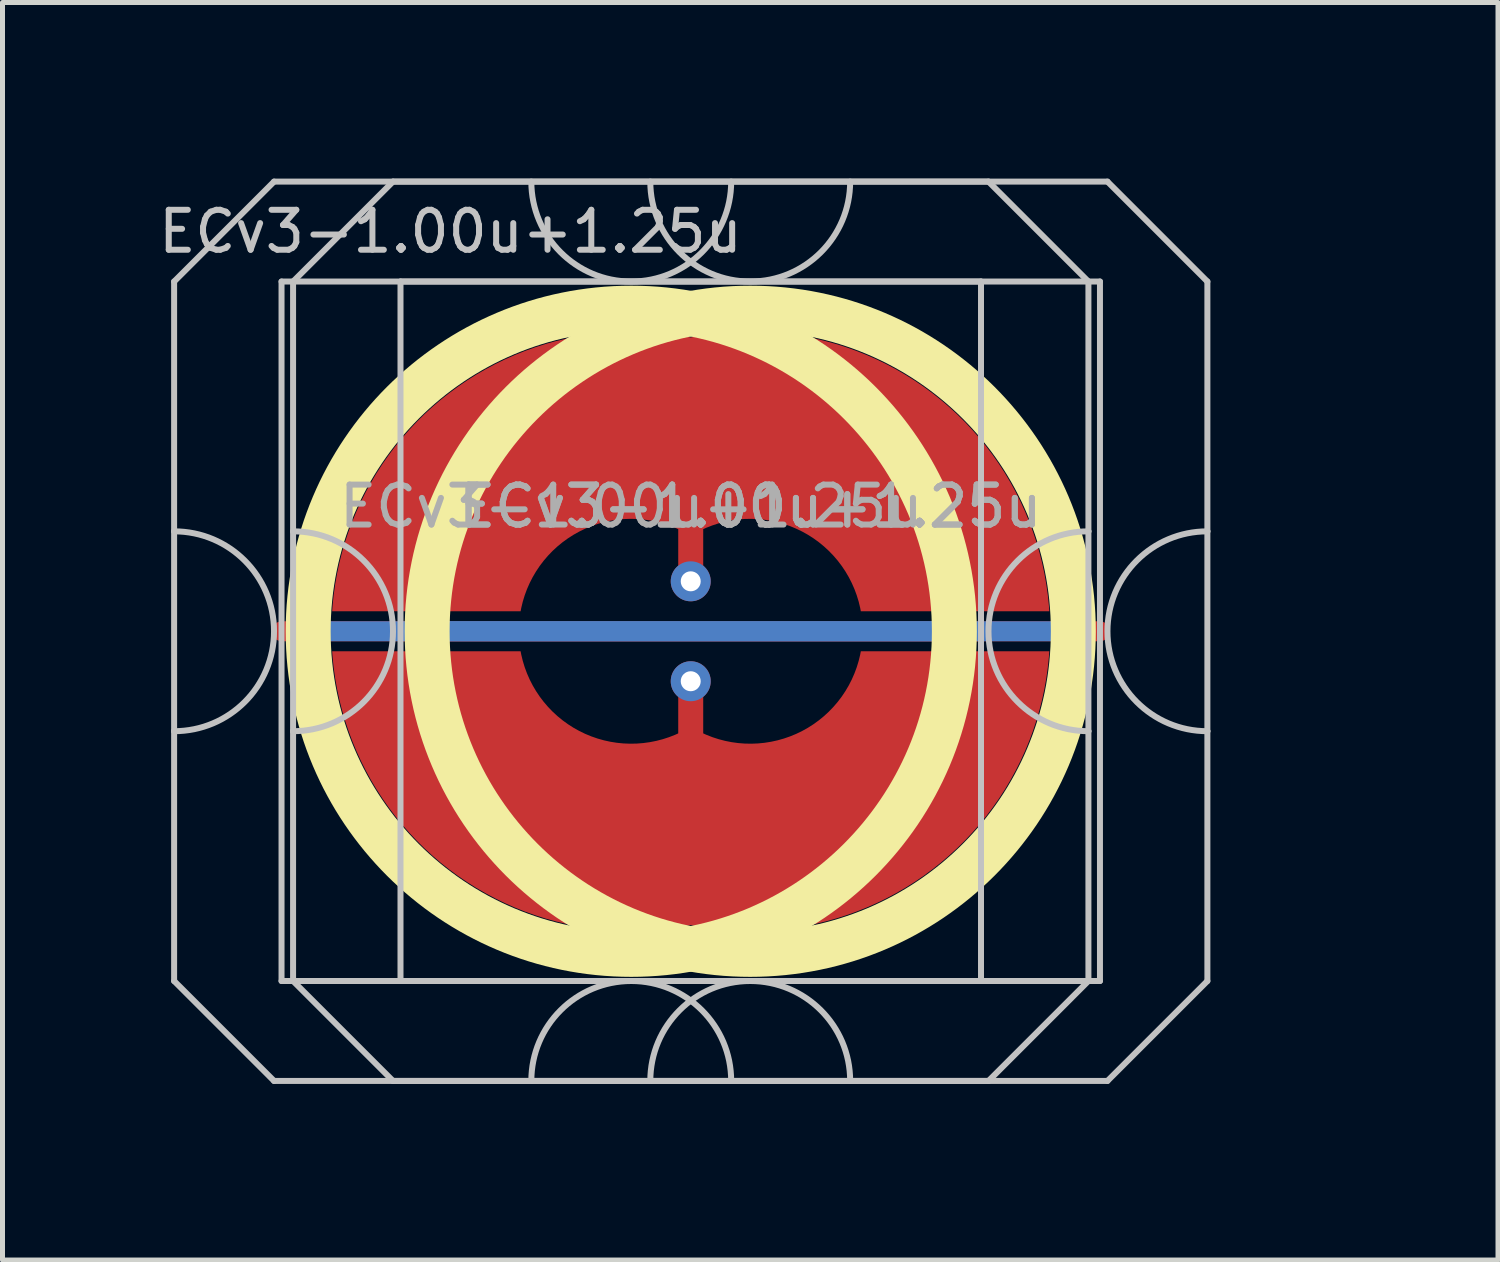
<source format=kicad_pcb>
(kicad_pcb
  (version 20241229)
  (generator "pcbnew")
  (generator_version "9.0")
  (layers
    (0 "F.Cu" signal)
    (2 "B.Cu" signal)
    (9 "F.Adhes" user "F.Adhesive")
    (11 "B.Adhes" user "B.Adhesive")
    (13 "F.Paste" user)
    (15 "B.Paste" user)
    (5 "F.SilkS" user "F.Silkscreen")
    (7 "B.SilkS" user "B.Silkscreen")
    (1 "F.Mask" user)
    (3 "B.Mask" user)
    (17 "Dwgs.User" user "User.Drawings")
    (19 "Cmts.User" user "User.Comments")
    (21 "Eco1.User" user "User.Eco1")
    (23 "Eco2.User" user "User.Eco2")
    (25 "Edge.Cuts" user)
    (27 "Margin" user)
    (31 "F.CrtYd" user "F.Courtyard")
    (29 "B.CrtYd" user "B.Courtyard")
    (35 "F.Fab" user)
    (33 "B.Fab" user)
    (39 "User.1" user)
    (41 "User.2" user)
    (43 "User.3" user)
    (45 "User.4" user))
  (footprint "ECv3-1.00u+1.25u"
    (layer "F.Cu")
    (at 11.966 9.585)
    (property "Reference" "ECv3-1.00u+1.25u" (at -6 -8 0) (layer "Dwgs.User") (effects (font (size 0.8 0.8) (thickness 0.12))))
    (attr through_hole exclude_from_pos_files exclude_from_bom)
    (fp_circle (center -2.381 0) (end 4.086 0) (stroke (width 0.9) (type solid)) (fill no) (layer "F.SilkS"))
    (fp_circle (center 0 0) (end 6.467 0) (stroke (width 0.9) (type solid)) (fill no) (layer "F.SilkS"))
    (fp_line (start -11.531 -7) (end -11.531 -2) (stroke (width 0.12) (type solid)) (layer "Dwgs.User"))
    (fp_line (start -11.531 -2) (end -11.531 2) (stroke (width 0.12) (type solid)) (layer "Dwgs.User"))
    (fp_line (start -11.531 2) (end -11.531 7) (stroke (width 0.12) (type solid)) (layer "Dwgs.User"))
    (fp_line (start -11.531 7) (end -9.531 9) (stroke (width 0.12) (type solid)) (layer "Dwgs.User"))
    (fp_line (start -9.531 -9) (end -11.531 -7) (stroke (width 0.12) (type solid)) (layer "Dwgs.User"))
    (fp_line (start -9.531 9) (end 4.769 9) (stroke (width 0.12) (type solid)) (layer "Dwgs.User"))
    (fp_line (start -9.381 -7) (end -9.381 7) (stroke (width 0.12) (type solid)) (layer "Dwgs.User"))
    (fp_line (start -9.381 7) (end 4.619 7) (stroke (width 0.12) (type solid)) (layer "Dwgs.User"))
    (fp_line (start -9.15 -7) (end -9.15 -2) (stroke (width 0.12) (type solid)) (layer "Dwgs.User"))
    (fp_line (start -9.15 -2) (end -9.15 2) (stroke (width 0.12) (type solid)) (layer "Dwgs.User"))
    (fp_line (start -9.15 2) (end -9.15 7) (stroke (width 0.12) (type solid)) (layer "Dwgs.User"))
    (fp_line (start -9.15 7) (end -7.15 9) (stroke (width 0.12) (type solid)) (layer "Dwgs.User"))
    (fp_line (start -7.15 -9) (end -9.15 -7) (stroke (width 0.12) (type solid)) (layer "Dwgs.User"))
    (fp_line (start -7.15 9) (end 7.15 9) (stroke (width 0.12) (type solid)) (layer "Dwgs.User"))
    (fp_line (start -7 -7) (end -7 7) (stroke (width 0.12) (type solid)) (layer "Dwgs.User"))
    (fp_line (start -7 7) (end 7 7) (stroke (width 0.12) (type solid)) (layer "Dwgs.User"))
    (fp_line (start 4.619 -7) (end -9.381 -7) (stroke (width 0.12) (type solid)) (layer "Dwgs.User"))
    (fp_line (start 4.619 7) (end 4.619 -7) (stroke (width 0.12) (type solid)) (layer "Dwgs.User"))
    (fp_line (start 4.769 -9) (end -9.531 -9) (stroke (width 0.12) (type solid)) (layer "Dwgs.User"))
    (fp_line (start 4.769 -9) (end 6.769 -7) (stroke (width 0.12) (type solid)) (layer "Dwgs.User"))
    (fp_line (start 4.769 9) (end 6.769 7) (stroke (width 0.12) (type solid)) (layer "Dwgs.User"))
    (fp_line (start 6.769 -2) (end 6.769 -7) (stroke (width 0.12) (type solid)) (layer "Dwgs.User"))
    (fp_line (start 6.769 -2) (end 6.769 2) (stroke (width 0.12) (type solid)) (layer "Dwgs.User"))
    (fp_line (start 6.769 7) (end 6.769 2) (stroke (width 0.12) (type solid)) (layer "Dwgs.User"))
    (fp_line (start 7 -7) (end -7 -7) (stroke (width 0.12) (type solid)) (layer "Dwgs.User"))
    (fp_line (start 7 7) (end 7 -7) (stroke (width 0.12) (type solid)) (layer "Dwgs.User"))
    (fp_line (start 7.15 -9) (end -7.15 -9) (stroke (width 0.12) (type solid)) (layer "Dwgs.User"))
    (fp_line (start 7.15 -9) (end 9.15 -7) (stroke (width 0.12) (type solid)) (layer "Dwgs.User"))
    (fp_line (start 7.15 9) (end 9.15 7) (stroke (width 0.12) (type solid)) (layer "Dwgs.User"))
    (fp_line (start 9.15 -2) (end 9.15 -7) (stroke (width 0.12) (type solid)) (layer "Dwgs.User"))
    (fp_line (start 9.15 -2) (end 9.15 2) (stroke (width 0.12) (type solid)) (layer "Dwgs.User"))
    (fp_line (start 9.15 7) (end 9.15 2) (stroke (width 0.12) (type solid)) (layer "Dwgs.User"))
    (fp_arc (start -11.53125 -2) (mid -9.53125 0) (end -11.53125 2) (stroke (width 0.12) (type solid)) (layer "Dwgs.User"))
    (fp_arc (start -9.15 -2) (mid -7.15 0) (end -9.15 2) (stroke (width 0.12) (type solid)) (layer "Dwgs.User"))
    (fp_arc (start -4.38125 9) (mid -2.38125 7) (end -0.38125 9) (stroke (width 0.12) (type solid)) (layer "Dwgs.User"))
    (fp_arc (start -2 9) (mid 0 7) (end 2 9) (stroke (width 0.12) (type solid)) (layer "Dwgs.User"))
    (fp_arc (start -0.38125 -9) (mid -2.38125 -7) (end -4.38125 -9) (stroke (width 0.12) (type solid)) (layer "Dwgs.User"))
    (fp_arc (start 2 -9) (mid 0 -7) (end -2 -9) (stroke (width 0.12) (type solid)) (layer "Dwgs.User"))
    (fp_arc (start 6.76875 2) (mid 4.76875 0) (end 6.76875 -2) (stroke (width 0.12) (type solid)) (layer "Dwgs.User"))
    (fp_arc (start 9.15 2) (mid 7.15 0) (end 9.15 -2) (stroke (width 0.12) (type solid)) (layer "Dwgs.User"))
    (fp_line (start -11.906 -9.525) (end -11.906 9.525) (stroke (width 0.12) (type solid)) (layer "User.2"))
    (fp_line (start -11.906 -9.525) (end -11.906 9.525) (stroke (width 0.12) (type solid)) (layer "User.2"))
    (fp_line (start -11.906 -9.525) (end 7.144 -9.525) (stroke (width 0.12) (type solid)) (layer "User.2"))
    (fp_line (start -11.906 -9.525) (end 11.906 -9.525) (stroke (width 0.12) (type solid)) (layer "User.2"))
    (fp_line (start -11.906 9.525) (end 7.144 9.525) (stroke (width 0.12) (type solid)) (layer "User.2"))
    (fp_line (start -11.906 9.525) (end 11.906 9.525) (stroke (width 0.12) (type solid)) (layer "User.2"))
    (fp_line (start 7.144 -9.525) (end 7.144 9.525) (stroke (width 0.12) (type solid)) (layer "User.2"))
    (fp_line (start 11.906 -9.525) (end 11.906 9.525) (stroke (width 0.12) (type solid)) (layer "User.2"))
    (fp_text user "${REFERENCE}" (at 0 -2.5 0) (layer "F.Fab") (effects (font (size 0.8 0.8) (thickness 0.12))))
    (fp_text user "${REFERENCE}" (at 0 -2.5 0) (layer "F.Fab") (effects (font (size 0.8 0.8) (thickness 0.12))))
    (fp_text user "${REFERENCE}" (at -2.381 -2.5 0) (layer "F.Fab") (effects (font (size 0.8 0.8) (thickness 0.12))))
    (pad "1" smd custom (at -1.191 -1) (size 0.5 0.5) (layers "F.Cu") (options (anchor circle)) (primitives (gr_poly (pts (arc (start -0.25 0) (mid 0 0.25) (end 0.25 0)) (arc (start 0.25 -1.043947) (mid 2.23039 -0.995341) (end 3.404782 0.6)) (arc (start 7.177275 0.6) (mid 4.832044 -3.768654) (end 0 -4.880681)) (arc (start 0 -4.880681) (mid -4.832043 -3.768653) (end -7.177275 0.6)) (arc (start -3.404781 0.6) (mid -2.230391 -0.995346) (end -0.25 -1.043946))) (width 0) (fill yes))))
    (pad "1" thru_hole circle (at -1.191 -1 270) (size 0.8 0.8) (drill 0.4) (layers "*.Cu"))
    (pad "2" smd custom (at -1.191 1) (size 0.5 0.5) (layers "F.Cu") (options (anchor circle)) (primitives (gr_poly (pts (arc (start 0.25 -0.000003) (mid 0 -0.250003) (end -0.25 -0.000003)) (arc (start -0.25 1.043943) (mid -2.23039 0.995338) (end -3.404782 -0.600003)) (arc (start -7.177274 -0.600003) (mid -4.832043 3.768651) (end 0 4.880678)) (arc (start 0 4.880678) (mid 4.832044 3.768652) (end 7.177275 -0.600003)) (arc (start 3.404783 -0.600003) (mid 2.230391 0.995338) (end 0.25 1.043943))) (width 0) (fill yes))))
    (pad "2" thru_hole circle (at -1.191 1 270) (size 0.8 0.8) (drill 0.4) (layers "*.Cu"))
    (pad "3" smd custom (at -2.381 0 90) (size 0.4 0.4) (layers "F.Cu") (options (anchor rect)) (primitives (gr_line (start 0 -7) (end 0 7) (width 0.4))))
    (pad "3" smd custom (at -2.381 0 90) (size 0.4 0.4) (layers "B.Cu") (options (anchor rect)) (primitives (gr_line (start 0 -6.5) (end 0 6.5) (width 0.4))))
    (pad "3" smd custom (at 0 0 90) (size 0.4 0.4) (layers "F.Cu") (options (anchor rect)) (primitives (gr_line (start 0 -7) (end 0 7) (width 0.4))))
    (pad "3" smd custom (at 0 0 90) (size 0.4 0.4) (layers "B.Cu") (options (anchor rect)) (primitives (gr_line (start 0 -6.5) (end 0 6.5) (width 0.4))))
    (zone (net_name "") (layer "F.Cu") (hatch edge 0.508) (connect_pads) (min_thickness 0.254) (filled_areas_thickness no) (keepout (tracks allowed) (vias allowed) (pads allowed) (copperpour not_allowed) (footprints allowed)) (placement (enabled no)) (fill) (polygon (pts (xy 16.59 9.585) (xy 16.571 9.072) (xy 16.515 8.562) (xy 16.421 8.057) (xy 16.291 7.56) (xy 16.125 7.075) (xy 15.923 6.602) (xy 15.688 6.146) (xy 15.42 5.709) (xy 15.12 5.292) (xy 14.791 4.898) (xy 14.433 4.529) (xy 14.05 4.188) (xy 13.643 3.875) (xy 13.214 3.593) (xy 12.765 3.344) (xy 12.3 3.127) (xy 11.819 2.946) (xy 11.327 2.8) (xy 10.825 2.691) (xy 10.317 2.618) (xy 9.805 2.584) (xy 9.292 2.586) (xy 8.78 2.627) (xy 8.272 2.704) (xy 7.772 2.819) (xy 7.281 2.97) (xy 6.803 3.156) (xy 6.34 3.377) (xy 5.894 3.632) (xy 5.468 3.918) (xy 5.064 4.235) (xy 4.684 4.58) (xy 4.331 4.953) (xy 4.005 5.35) (xy 3.71 5.77) (xy 3.447 6.21) (xy 3.216 6.669) (xy 3.019 7.143) (xy 2.858 7.631) (xy 2.733 8.129) (xy 2.645 8.634) (xy 2.594 9.145) (xy 2.58 9.658) (xy 2.605 10.171) (xy 2.666 10.681) (xy 2.765 11.185) (xy 2.901 11.68) (xy 3.072 12.164) (xy 3.278 12.634) (xy 3.519 13.087) (xy 3.791 13.522) (xy 4.095 13.936) (xy 4.429 14.326) (xy 4.79 14.691) (xy 5.177 15.029) (xy 5.587 15.337) (xy 6.019 15.614) (xy 6.47 15.859) (xy 6.938 16.071) (xy 7.42 16.247) (xy 7.914 16.388) (xy 8.417 16.492) (xy 8.926 16.559) (xy 9.438 16.588) (xy 9.952 16.58) (xy 10.463 16.535) (xy 10.97 16.452) (xy 11.469 16.332) (xy 11.958 16.176) (xy 12.434 15.984) (xy 12.895 15.758) (xy 13.338 15.499) (xy 13.761 15.209) (xy 14.162 14.888) (xy 14.538 14.538) (xy 14.888 14.162) (xy 15.209 13.761) (xy 15.499 13.338) (xy 15.758 12.895) (xy 15.984 12.434) (xy 16.176 11.958) (xy 16.332 11.469) (xy 16.452 10.97) (xy 16.535 10.463) (xy 16.58 9.952))))
    (zone (net_name "") (layer "F.Cu") (hatch edge 0.508) (connect_pads) (min_thickness 0.254) (filled_areas_thickness no) (keepout (tracks allowed) (vias allowed) (pads allowed) (copperpour not_allowed) (footprints allowed)) (placement (enabled no)) (fill) (polygon (pts (xy 18.971 9.585) (xy 18.952 9.072) (xy 18.896 8.562) (xy 18.802 8.057) (xy 18.672 7.56) (xy 18.506 7.075) (xy 18.304 6.602) (xy 18.069 6.146) (xy 17.801 5.709) (xy 17.501 5.292) (xy 17.172 4.898) (xy 16.815 4.529) (xy 16.431 4.188) (xy 16.024 3.875) (xy 15.595 3.593) (xy 15.146 3.344) (xy 14.681 3.127) (xy 14.201 2.946) (xy 13.708 2.8) (xy 13.207 2.691) (xy 12.698 2.618) (xy 12.186 2.584) (xy 11.673 2.586) (xy 11.161 2.627) (xy 10.654 2.704) (xy 10.153 2.819) (xy 9.663 2.97) (xy 9.184 3.156) (xy 8.721 3.377) (xy 8.275 3.632) (xy 7.849 3.918) (xy 7.445 4.235) (xy 7.065 4.58) (xy 6.712 4.953) (xy 6.387 5.35) (xy 6.091 5.77) (xy 5.828 6.21) (xy 5.597 6.669) (xy 5.401 7.143) (xy 5.239 7.631) (xy 5.114 8.129) (xy 5.026 8.634) (xy 4.975 9.145) (xy 4.962 9.658) (xy 4.986 10.171) (xy 5.048 10.681) (xy 5.146 11.185) (xy 5.282 11.68) (xy 5.453 12.164) (xy 5.66 12.634) (xy 5.9 13.087) (xy 6.173 13.522) (xy 6.477 13.936) (xy 6.81 14.326) (xy 7.171 14.691) (xy 7.558 15.029) (xy 7.968 15.337) (xy 8.4 15.614) (xy 8.852 15.859) (xy 9.32 16.071) (xy 9.802 16.247) (xy 10.295 16.388) (xy 10.798 16.492) (xy 11.307 16.559) (xy 11.82 16.588) (xy 12.333 16.58) (xy 12.844 16.535) (xy 13.351 16.452) (xy 13.85 16.332) (xy 14.339 16.176) (xy 14.815 15.984) (xy 15.276 15.758) (xy 15.72 15.499) (xy 16.143 15.209) (xy 16.543 14.888) (xy 16.919 14.538) (xy 17.269 14.162) (xy 17.59 13.761) (xy 17.881 13.338) (xy 18.14 12.895) (xy 18.366 12.434) (xy 18.557 11.958) (xy 18.713 11.469) (xy 18.833 10.97) (xy 18.916 10.463) (xy 18.962 9.952))))
    (zone (net_name "") (layer "B.Cu") (hatch edge 0.508) (connect_pads) (min_thickness 0.254) (filled_areas_thickness no) (keepout (tracks allowed) (vias allowed) (pads allowed) (copperpour not_allowed) (footprints allowed)) (placement (enabled no)) (fill) (polygon (pts (xy 16.143 9.585) (xy 16.123 9.07) (xy 16.063 8.559) (xy 15.962 8.054) (xy 15.822 7.558) (xy 15.644 7.075) (xy 15.428 6.608) (xy 15.177 6.158) (xy 14.891 5.73) (xy 14.572 5.326) (xy 14.222 4.948) (xy 13.844 4.598) (xy 13.44 4.279) (xy 13.012 3.993) (xy 12.562 3.742) (xy 12.095 3.526) (xy 11.612 3.348) (xy 11.116 3.208) (xy 10.611 3.107) (xy 10.1 3.047) (xy 9.585 3.027) (xy 9.07 3.047) (xy 8.559 3.107) (xy 8.054 3.208) (xy 7.558 3.348) (xy 7.075 3.526) (xy 6.608 3.742) (xy 6.158 3.993) (xy 5.73 4.279) (xy 5.326 4.598) (xy 4.948 4.948) (xy 4.598 5.326) (xy 4.279 5.73) (xy 3.993 6.158) (xy 3.742 6.608) (xy 3.526 7.075) (xy 3.348 7.558) (xy 3.208 8.054) (xy 3.107 8.559) (xy 3.047 9.07) (xy 3.027 9.585) (xy 3.047 10.1) (xy 3.107 10.611) (xy 3.208 11.116) (xy 3.348 11.612) (xy 3.526 12.095) (xy 3.742 12.562) (xy 3.993 13.012) (xy 4.279 13.44) (xy 4.598 13.844) (xy 4.948 14.222) (xy 5.326 14.572) (xy 5.73 14.891) (xy 6.158 15.177) (xy 6.608 15.428) (xy 7.075 15.644) (xy 7.558 15.822) (xy 8.054 15.962) (xy 8.559 16.063) (xy 9.07 16.123) (xy 9.585 16.143) (xy 10.1 16.123) (xy 10.611 16.063) (xy 11.116 15.962) (xy 11.612 15.822) (xy 12.095 15.644) (xy 12.562 15.428) (xy 13.012 15.177) (xy 13.44 14.891) (xy 13.844 14.572) (xy 14.222 14.222) (xy 14.572 13.844) (xy 14.891 13.44) (xy 15.177 13.012) (xy 15.428 12.562) (xy 15.644 12.095) (xy 15.822 11.612) (xy 15.962 11.116) (xy 16.063 10.611) (xy 16.123 10.1))))
    (zone (net_name "") (layer "B.Cu") (hatch edge 0.508) (connect_pads) (min_thickness 0.254) (filled_areas_thickness no) (keepout (tracks allowed) (vias allowed) (pads allowed) (copperpour not_allowed) (footprints allowed)) (placement (enabled no)) (fill) (polygon (pts (xy 18.525 9.585) (xy 18.504 9.07) (xy 18.444 8.559) (xy 18.343 8.054) (xy 18.204 7.558) (xy 18.025 7.075) (xy 17.81 6.608) (xy 17.558 6.158) (xy 17.272 5.73) (xy 16.953 5.326) (xy 16.604 4.948) (xy 16.225 4.598) (xy 15.821 4.279) (xy 15.393 3.993) (xy 14.944 3.742) (xy 14.476 3.526) (xy 13.993 3.348) (xy 13.497 3.208) (xy 12.992 3.107) (xy 12.481 3.047) (xy 11.966 3.027) (xy 11.452 3.047) (xy 10.94 3.107) (xy 10.435 3.208) (xy 9.94 3.348) (xy 9.457 3.526) (xy 8.989 3.742) (xy 8.54 3.993) (xy 8.111 4.279) (xy 7.707 4.598) (xy 7.329 4.948) (xy 6.979 5.326) (xy 6.661 5.73) (xy 6.374 6.158) (xy 6.123 6.608) (xy 5.907 7.075) (xy 5.729 7.558) (xy 5.589 8.054) (xy 5.489 8.559) (xy 5.428 9.07) (xy 5.408 9.585) (xy 5.428 10.1) (xy 5.489 10.611) (xy 5.589 11.116) (xy 5.729 11.612) (xy 5.907 12.095) (xy 6.123 12.562) (xy 6.374 13.012) (xy 6.661 13.44) (xy 6.979 13.844) (xy 7.329 14.222) (xy 7.707 14.572) (xy 8.111 14.891) (xy 8.54 15.177) (xy 8.989 15.428) (xy 9.457 15.644) (xy 9.94 15.822) (xy 10.435 15.962) (xy 10.94 16.063) (xy 11.452 16.123) (xy 11.966 16.143) (xy 12.481 16.123) (xy 12.992 16.063) (xy 13.497 15.962) (xy 13.993 15.822) (xy 14.476 15.644) (xy 14.944 15.428) (xy 15.393 15.177) (xy 15.821 14.891) (xy 16.225 14.572) (xy 16.604 14.222) (xy 16.953 13.844) (xy 17.272 13.44) (xy 17.558 13.012) (xy 17.81 12.562) (xy 18.025 12.095) (xy 18.204 11.612) (xy 18.343 11.116) (xy 18.444 10.611) (xy 18.504 10.1)))))
  (gr_rect
    (start -3 -3)
    (end 26.933 22.17)
    (stroke (width 0.1) (type default))
    (fill no)
    (layer "Edge.Cuts")))
</source>
